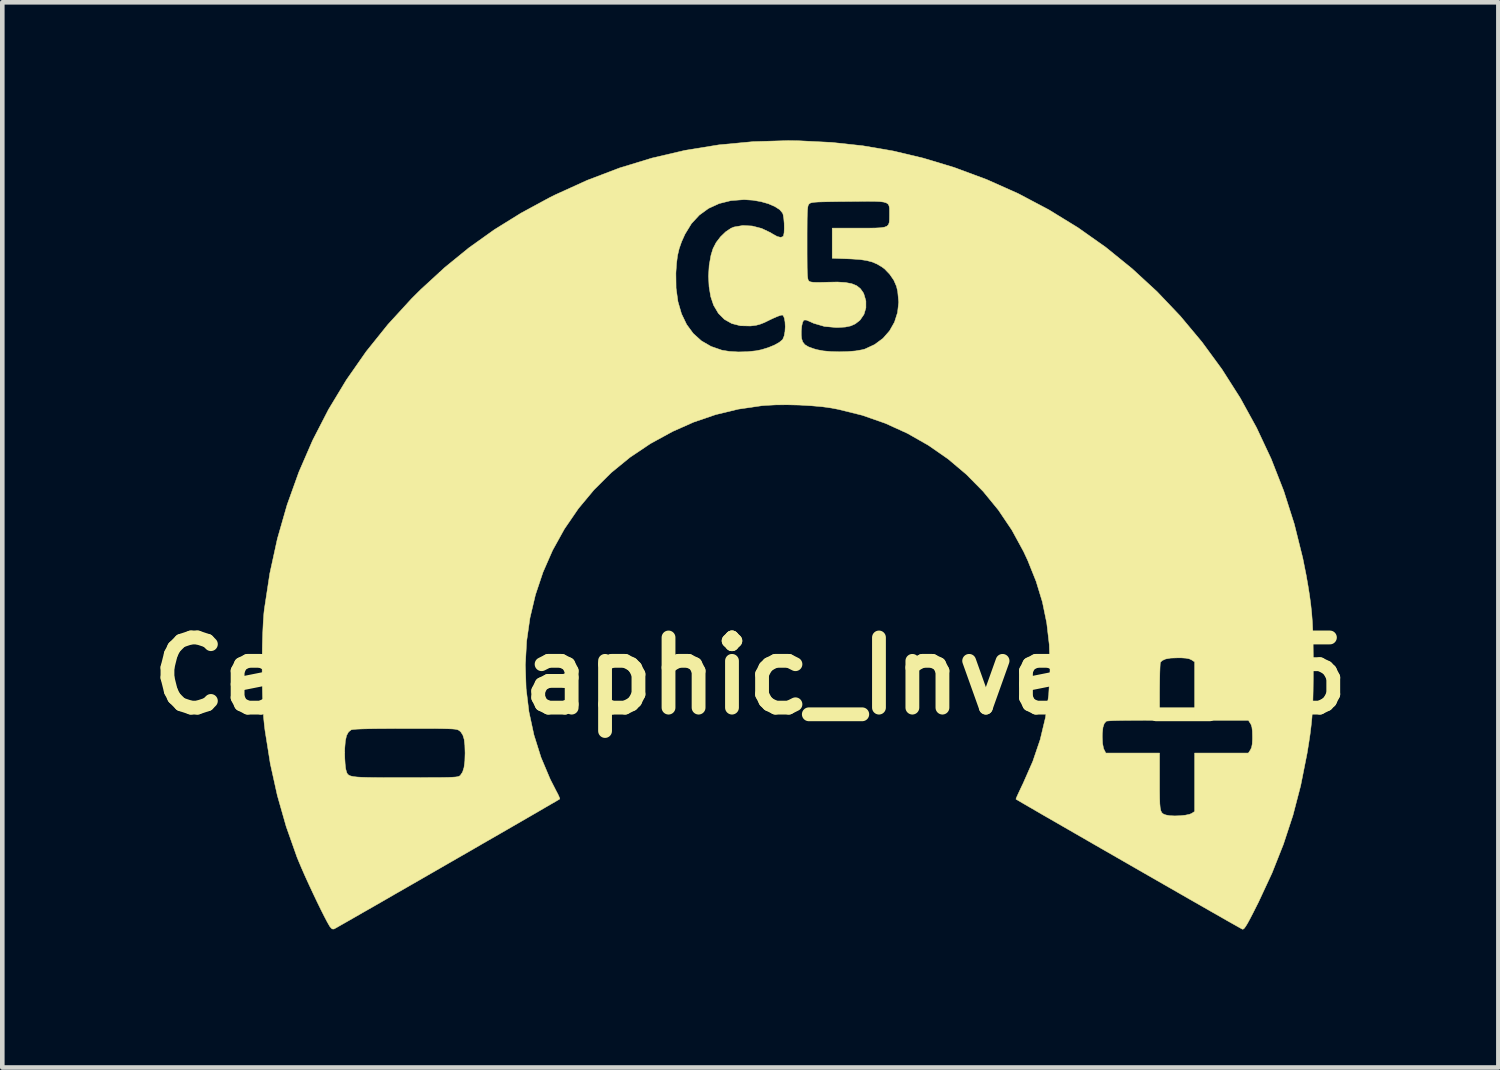
<source format=kicad_pcb>
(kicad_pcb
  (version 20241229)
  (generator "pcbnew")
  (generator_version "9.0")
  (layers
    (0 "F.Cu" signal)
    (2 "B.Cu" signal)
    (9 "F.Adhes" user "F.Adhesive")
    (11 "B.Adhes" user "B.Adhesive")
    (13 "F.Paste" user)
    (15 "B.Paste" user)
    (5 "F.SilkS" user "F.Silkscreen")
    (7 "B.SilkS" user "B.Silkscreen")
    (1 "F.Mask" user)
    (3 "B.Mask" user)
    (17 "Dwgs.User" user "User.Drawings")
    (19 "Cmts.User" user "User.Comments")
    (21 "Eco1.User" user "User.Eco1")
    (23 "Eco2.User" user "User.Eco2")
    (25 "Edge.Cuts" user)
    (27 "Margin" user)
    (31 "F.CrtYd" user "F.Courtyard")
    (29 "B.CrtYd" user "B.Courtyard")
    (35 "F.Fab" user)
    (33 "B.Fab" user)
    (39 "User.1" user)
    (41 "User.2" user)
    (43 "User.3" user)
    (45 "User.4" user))
  (footprint "Cell_Graphic_Invert_C5"
    (layer "F.Cu")
    (at 13.252 11.634)
    (property "Reference" "Cell_Graphic_Invert_C5" (at 0 0 0) (layer "F.SilkS") (effects (font (size 1.524 1.524) (thickness 0.3))))
    (attr through_hole)
    (fp_poly (pts (xy 1.067 -11.625) (xy 1.768 -11.59) (xy 2.444 -11.517) (xy 3.103 -11.404) (xy 3.755 -11.249) (xy 4.409 -11.052) (xy 4.42 -11.049) (xy 5.134 -10.784) (xy 5.822 -10.477) (xy 6.484 -10.127) (xy 7.118 -9.738) (xy 7.722 -9.311) (xy 8.294 -8.847) (xy 8.835 -8.349) (xy 9.341 -7.817) (xy 9.812 -7.253) (xy 10.247 -6.659) (xy 10.643 -6.037) (xy 10.999 -5.389) (xy 11.315 -4.715) (xy 11.588 -4.018) (xy 11.817 -3.299) (xy 12.001 -2.56) (xy 12.076 -2.184) (xy 12.116 -1.954) (xy 12.149 -1.746) (xy 12.175 -1.552) (xy 12.195 -1.362) (xy 12.21 -1.166) (xy 12.22 -0.954) (xy 12.226 -0.718) (xy 12.229 -0.448) (xy 12.23 -0.216) (xy 12.229 0.075) (xy 12.226 0.324) (xy 12.221 0.541) (xy 12.212 0.734) (xy 12.2 0.914) (xy 12.182 1.089) (xy 12.16 1.268) (xy 12.131 1.462) (xy 12.096 1.678) (xy 12.089 1.714) (xy 11.956 2.383) (xy 11.788 3.028) (xy 11.581 3.658) (xy 11.333 4.284) (xy 11.039 4.916) (xy 11.016 4.961) (xy 10.927 5.138) (xy 10.857 5.273) (xy 10.803 5.373) (xy 10.762 5.44) (xy 10.732 5.482) (xy 10.709 5.501) (xy 10.691 5.504) (xy 10.691 5.504) (xy 10.665 5.49) (xy 10.599 5.453) (xy 10.496 5.395) (xy 10.359 5.318) (xy 10.192 5.222) (xy 9.998 5.112) (xy 9.78 4.987) (xy 9.543 4.852) (xy 9.289 4.706) (xy 9.022 4.553) (xy 8.745 4.394) (xy 8.462 4.232) (xy 8.177 4.068) (xy 7.892 3.904) (xy 7.611 3.743) (xy 7.337 3.585) (xy 7.075 3.434) (xy 6.827 3.291) (xy 6.596 3.158) (xy 6.387 3.038) (xy 6.203 2.931) (xy 6.046 2.84) (xy 5.922 2.768) (xy 5.832 2.715) (xy 5.781 2.685) (xy 5.77 2.678) (xy 5.777 2.654) (xy 5.804 2.593) (xy 5.846 2.502) (xy 5.899 2.39) (xy 5.927 2.332) (xy 6.136 1.857) (xy 6.297 1.383) (xy 6.312 1.32) (xy 7.645 1.32) (xy 7.652 1.468) (xy 7.672 1.572) (xy 7.684 1.601) (xy 7.723 1.676) (xy 8.89 1.676) (xy 8.89 2.294) (xy 8.89 2.498) (xy 8.892 2.657) (xy 8.896 2.778) (xy 8.904 2.866) (xy 8.917 2.927) (xy 8.936 2.968) (xy 8.962 2.994) (xy 8.996 3.011) (xy 9.03 3.022) (xy 9.112 3.037) (xy 9.22 3.042) (xy 9.338 3.038) (xy 9.451 3.026) (xy 9.541 3.007) (xy 9.586 2.989) (xy 9.652 2.945) (xy 9.652 1.676) (xy 10.819 1.676) (xy 10.864 1.608) (xy 10.889 1.555) (xy 10.903 1.482) (xy 10.909 1.376) (xy 10.909 1.321) (xy 10.906 1.198) (xy 10.896 1.113) (xy 10.876 1.053) (xy 10.864 1.034) (xy 10.819 0.965) (xy 9.652 0.965) (xy 9.652 -0.304) (xy 9.585 -0.348) (xy 9.534 -0.371) (xy 9.463 -0.385) (xy 9.36 -0.392) (xy 9.286 -0.392) (xy 9.132 -0.387) (xy 9.021 -0.367) (xy 8.947 -0.333) (xy 8.909 -0.295) (xy 8.904 -0.262) (xy 8.9 -0.187) (xy 8.896 -0.075) (xy 8.893 0.066) (xy 8.891 0.228) (xy 8.89 0.349) (xy 8.89 0.965) (xy 8.325 0.966) (xy 8.159 0.967) (xy 8.011 0.969) (xy 7.886 0.972) (xy 7.794 0.977) (xy 7.741 0.982) (xy 7.732 0.985) (xy 7.688 1.035) (xy 7.66 1.12) (xy 7.647 1.246) (xy 7.645 1.32) (xy 6.312 1.32) (xy 6.412 0.902) (xy 6.482 0.408) (xy 6.51 -0.109) (xy 6.51 -0.178) (xy 6.494 -0.677) (xy 6.439 -1.149) (xy 6.345 -1.605) (xy 6.208 -2.054) (xy 6.027 -2.506) (xy 5.934 -2.705) (xy 5.681 -3.169) (xy 5.388 -3.604) (xy 5.058 -4.007) (xy 4.692 -4.378) (xy 4.295 -4.713) (xy 3.867 -5.01) (xy 3.412 -5.269) (xy 2.933 -5.487) (xy 2.432 -5.662) (xy 1.911 -5.791) (xy 1.765 -5.819) (xy 1.561 -5.848) (xy 1.322 -5.869) (xy 1.064 -5.884) (xy 0.801 -5.89) (xy 0.55 -5.888) (xy 0.325 -5.876) (xy 0.25 -5.87) (xy -0.262 -5.795) (xy -0.754 -5.676) (xy -1.234 -5.512) (xy -1.689 -5.31) (xy -2.17 -5.047) (xy -2.614 -4.749) (xy -3.023 -4.415) (xy -3.396 -4.044) (xy -3.735 -3.637) (xy -4.04 -3.192) (xy -4.044 -3.185) (xy -4.297 -2.728) (xy -4.505 -2.253) (xy -4.669 -1.763) (xy -4.788 -1.261) (xy -4.861 -0.752) (xy -4.889 -0.239) (xy -4.872 0.274) (xy -4.81 0.782) (xy -4.702 1.283) (xy -4.548 1.772) (xy -4.348 2.246) (xy -4.221 2.494) (xy -4.178 2.576) (xy -4.15 2.639) (xy -4.14 2.672) (xy -4.141 2.674) (xy -4.165 2.689) (xy -4.23 2.728) (xy -4.333 2.787) (xy -4.469 2.866) (xy -4.635 2.963) (xy -4.829 3.075) (xy -5.045 3.2) (xy -5.282 3.337) (xy -5.535 3.483) (xy -5.802 3.636) (xy -6.078 3.796) (xy -6.36 3.958) (xy -6.645 4.122) (xy -6.93 4.286) (xy -7.211 4.448) (xy -7.484 4.605) (xy -7.746 4.755) (xy -7.993 4.898) (xy -8.223 5.03) (xy -8.432 5.149) (xy -8.616 5.255) (xy -8.772 5.344) (xy -8.897 5.415) (xy -8.986 5.466) (xy -9.037 5.494) (xy -9.048 5.5) (xy -9.088 5.497) (xy -9.131 5.452) (xy -9.144 5.432) (xy -9.192 5.348) (xy -9.256 5.226) (xy -9.332 5.075) (xy -9.416 4.903) (xy -9.504 4.718) (xy -9.592 4.529) (xy -9.676 4.345) (xy -9.751 4.174) (xy -9.814 4.025) (xy -9.85 3.937) (xy -10.085 3.271) (xy -10.277 2.597) (xy -10.43 1.906) (xy -10.467 1.671) (xy -8.814 1.671) (xy -8.811 1.794) (xy -8.804 1.909) (xy -8.795 1.999) (xy -8.787 2.038) (xy -8.776 2.077) (xy -8.765 2.11) (xy -8.748 2.137) (xy -8.722 2.158) (xy -8.682 2.175) (xy -8.623 2.188) (xy -8.542 2.197) (xy -8.434 2.203) (xy -8.295 2.207) (xy -8.121 2.209) (xy -7.906 2.21) (xy -7.647 2.21) (xy -7.5 2.21) (xy -7.228 2.21) (xy -7.002 2.209) (xy -6.818 2.209) (xy -6.672 2.207) (xy -6.557 2.205) (xy -6.471 2.201) (xy -6.409 2.197) (xy -6.365 2.191) (xy -6.336 2.183) (xy -6.317 2.174) (xy -6.303 2.163) (xy -6.301 2.161) (xy -6.253 2.091) (xy -6.221 1.989) (xy -6.203 1.849) (xy -6.198 1.676) (xy -6.203 1.506) (xy -6.218 1.378) (xy -6.247 1.285) (xy -6.29 1.219) (xy -6.316 1.195) (xy -6.334 1.182) (xy -6.354 1.172) (xy -6.382 1.164) (xy -6.423 1.157) (xy -6.481 1.152) (xy -6.561 1.149) (xy -6.668 1.146) (xy -6.806 1.144) (xy -6.98 1.143) (xy -7.195 1.143) (xy -7.455 1.143) (xy -7.495 1.143) (xy -7.8 1.144) (xy -8.057 1.145) (xy -8.266 1.148) (xy -8.43 1.152) (xy -8.551 1.157) (xy -8.631 1.164) (xy -8.67 1.171) (xy -8.672 1.172) (xy -8.73 1.218) (xy -8.773 1.296) (xy -8.799 1.413) (xy -8.812 1.571) (xy -8.814 1.671) (xy -10.467 1.671) (xy -10.544 1.189) (xy -10.559 1.067) (xy -10.576 0.894) (xy -10.589 0.679) (xy -10.598 0.434) (xy -10.604 0.166) (xy -10.607 -0.114) (xy -10.606 -0.396) (xy -10.602 -0.671) (xy -10.594 -0.93) (xy -10.583 -1.163) (xy -10.569 -1.359) (xy -10.559 -1.448) (xy -10.441 -2.223) (xy -10.276 -2.979) (xy -10.065 -3.715) (xy -9.809 -4.429) (xy -9.509 -5.12) (xy -9.165 -5.788) (xy -8.777 -6.43) (xy -8.347 -7.046) (xy -7.874 -7.635) (xy -7.36 -8.196) (xy -7.16 -8.395) (xy -6.773 -8.75) (xy -1.618 -8.75) (xy -1.614 -8.425) (xy -1.573 -8.13) (xy -1.496 -7.866) (xy -1.385 -7.635) (xy -1.241 -7.439) (xy -1.064 -7.279) (xy -0.855 -7.158) (xy -0.616 -7.075) (xy -0.615 -7.075) (xy -0.452 -7.049) (xy -0.261 -7.038) (xy -0.062 -7.043) (xy 0.126 -7.063) (xy 0.239 -7.086) (xy 0.389 -7.132) (xy 0.521 -7.186) (xy 0.627 -7.245) (xy 0.696 -7.302) (xy 0.706 -7.317) (xy 0.735 -7.388) (xy 0.737 -7.402) (xy 1.106 -7.402) (xy 1.113 -7.331) (xy 1.137 -7.256) (xy 1.183 -7.197) (xy 1.26 -7.15) (xy 1.375 -7.108) (xy 1.448 -7.087) (xy 1.584 -7.061) (xy 1.75 -7.046) (xy 1.932 -7.041) (xy 2.116 -7.046) (xy 2.286 -7.06) (xy 2.429 -7.085) (xy 2.489 -7.101) (xy 2.7 -7.199) (xy 2.88 -7.332) (xy 3.024 -7.496) (xy 3.131 -7.685) (xy 3.198 -7.895) (xy 3.223 -8.119) (xy 3.201 -8.352) (xy 3.175 -8.463) (xy 3.117 -8.596) (xy 3.026 -8.728) (xy 2.916 -8.842) (xy 2.861 -8.883) (xy 2.756 -8.946) (xy 2.649 -8.992) (xy 2.527 -9.024) (xy 2.381 -9.046) (xy 2.199 -9.058) (xy 2.127 -9.061) (xy 1.778 -9.074) (xy 1.778 -9.728) (xy 2.361 -9.728) (xy 2.561 -9.728) (xy 2.716 -9.73) (xy 2.832 -9.736) (xy 2.914 -9.749) (xy 2.969 -9.771) (xy 3.001 -9.805) (xy 3.017 -9.853) (xy 3.022 -9.919) (xy 3.023 -10.004) (xy 3.023 -10.023) (xy 3.023 -10.101) (xy 3.022 -10.163) (xy 3.013 -10.212) (xy 2.993 -10.249) (xy 2.955 -10.276) (xy 2.896 -10.294) (xy 2.81 -10.305) (xy 2.693 -10.31) (xy 2.539 -10.311) (xy 2.343 -10.309) (xy 2.128 -10.307) (xy 1.903 -10.305) (xy 1.723 -10.302) (xy 1.583 -10.299) (xy 1.477 -10.296) (xy 1.401 -10.291) (xy 1.348 -10.284) (xy 1.313 -10.276) (xy 1.29 -10.265) (xy 1.277 -10.254) (xy 1.265 -10.238) (xy 1.254 -10.215) (xy 1.247 -10.178) (xy 1.241 -10.122) (xy 1.237 -10.043) (xy 1.234 -9.933) (xy 1.233 -9.789) (xy 1.232 -9.604) (xy 1.232 -9.408) (xy 1.232 -9.184) (xy 1.233 -9.006) (xy 1.234 -8.867) (xy 1.237 -8.763) (xy 1.241 -8.689) (xy 1.247 -8.638) (xy 1.255 -8.605) (xy 1.265 -8.585) (xy 1.278 -8.573) (xy 1.31 -8.559) (xy 1.367 -8.551) (xy 1.455 -8.548) (xy 1.582 -8.55) (xy 1.675 -8.553) (xy 1.894 -8.557) (xy 2.068 -8.546) (xy 2.205 -8.52) (xy 2.311 -8.476) (xy 2.39 -8.413) (xy 2.45 -8.329) (xy 2.466 -8.296) (xy 2.51 -8.146) (xy 2.51 -7.995) (xy 2.468 -7.854) (xy 2.386 -7.734) (xy 2.363 -7.713) (xy 2.277 -7.647) (xy 2.181 -7.604) (xy 2.063 -7.579) (xy 1.912 -7.57) (xy 1.865 -7.569) (xy 1.611 -7.592) (xy 1.377 -7.66) (xy 1.287 -7.701) (xy 1.214 -7.731) (xy 1.168 -7.73) (xy 1.157 -7.723) (xy 1.134 -7.679) (xy 1.116 -7.6) (xy 1.106 -7.502) (xy 1.106 -7.402) (xy 0.737 -7.402) (xy 0.752 -7.482) (xy 0.758 -7.587) (xy 0.753 -7.689) (xy 0.738 -7.774) (xy 0.712 -7.829) (xy 0.696 -7.84) (xy 0.66 -7.835) (xy 0.589 -7.81) (xy 0.497 -7.77) (xy 0.425 -7.736) (xy 0.305 -7.677) (xy 0.21 -7.64) (xy 0.124 -7.617) (xy 0.028 -7.605) (xy -0.001 -7.602) (xy -0.215 -7.607) (xy -0.403 -7.655) (xy -0.563 -7.745) (xy -0.695 -7.877) (xy -0.797 -8.05) (xy -0.799 -8.053) (xy -0.861 -8.239) (xy -0.897 -8.454) (xy -0.909 -8.686) (xy -0.895 -8.919) (xy -0.855 -9.141) (xy -0.811 -9.284) (xy -0.744 -9.414) (xy -0.649 -9.539) (xy -0.537 -9.647) (xy -0.421 -9.725) (xy -0.356 -9.752) (xy -0.164 -9.785) (xy 0.04 -9.774) (xy 0.245 -9.721) (xy 0.439 -9.629) (xy 0.483 -9.601) (xy 0.583 -9.546) (xy 0.66 -9.527) (xy 0.709 -9.546) (xy 0.721 -9.565) (xy 0.733 -9.629) (xy 0.737 -9.723) (xy 0.735 -9.832) (xy 0.726 -9.937) (xy 0.712 -10.02) (xy 0.7 -10.055) (xy 0.637 -10.13) (xy 0.531 -10.198) (xy 0.392 -10.258) (xy 0.23 -10.304) (xy 0.052 -10.335) (xy -0.132 -10.347) (xy -0.14 -10.347) (xy -0.421 -10.326) (xy -0.678 -10.262) (xy -0.908 -10.157) (xy -1.109 -10.011) (xy -1.28 -9.826) (xy -1.417 -9.602) (xy -1.422 -9.593) (xy -1.494 -9.433) (xy -1.546 -9.285) (xy -1.582 -9.133) (xy -1.604 -8.962) (xy -1.618 -8.756) (xy -1.618 -8.75) (xy -6.773 -8.75) (xy -6.643 -8.87) (xy -6.114 -9.301) (xy -5.563 -9.694) (xy -4.983 -10.054) (xy -4.367 -10.388) (xy -4.245 -10.449) (xy -3.548 -10.766) (xy -2.845 -11.034) (xy -2.134 -11.251) (xy -1.414 -11.419) (xy -0.683 -11.537) (xy 0.061 -11.607) (xy 0.819 -11.629) (xy 1.067 -11.625)) (stroke (width 0.01) (type solid)) (fill yes) (layer "F.SilkS")))
  (gr_rect
    (start -3 -3)
    (end 29.503 20.142)
    (stroke (width 0.1) (type default))
    (fill no)
    (layer "Edge.Cuts")))
</source>
